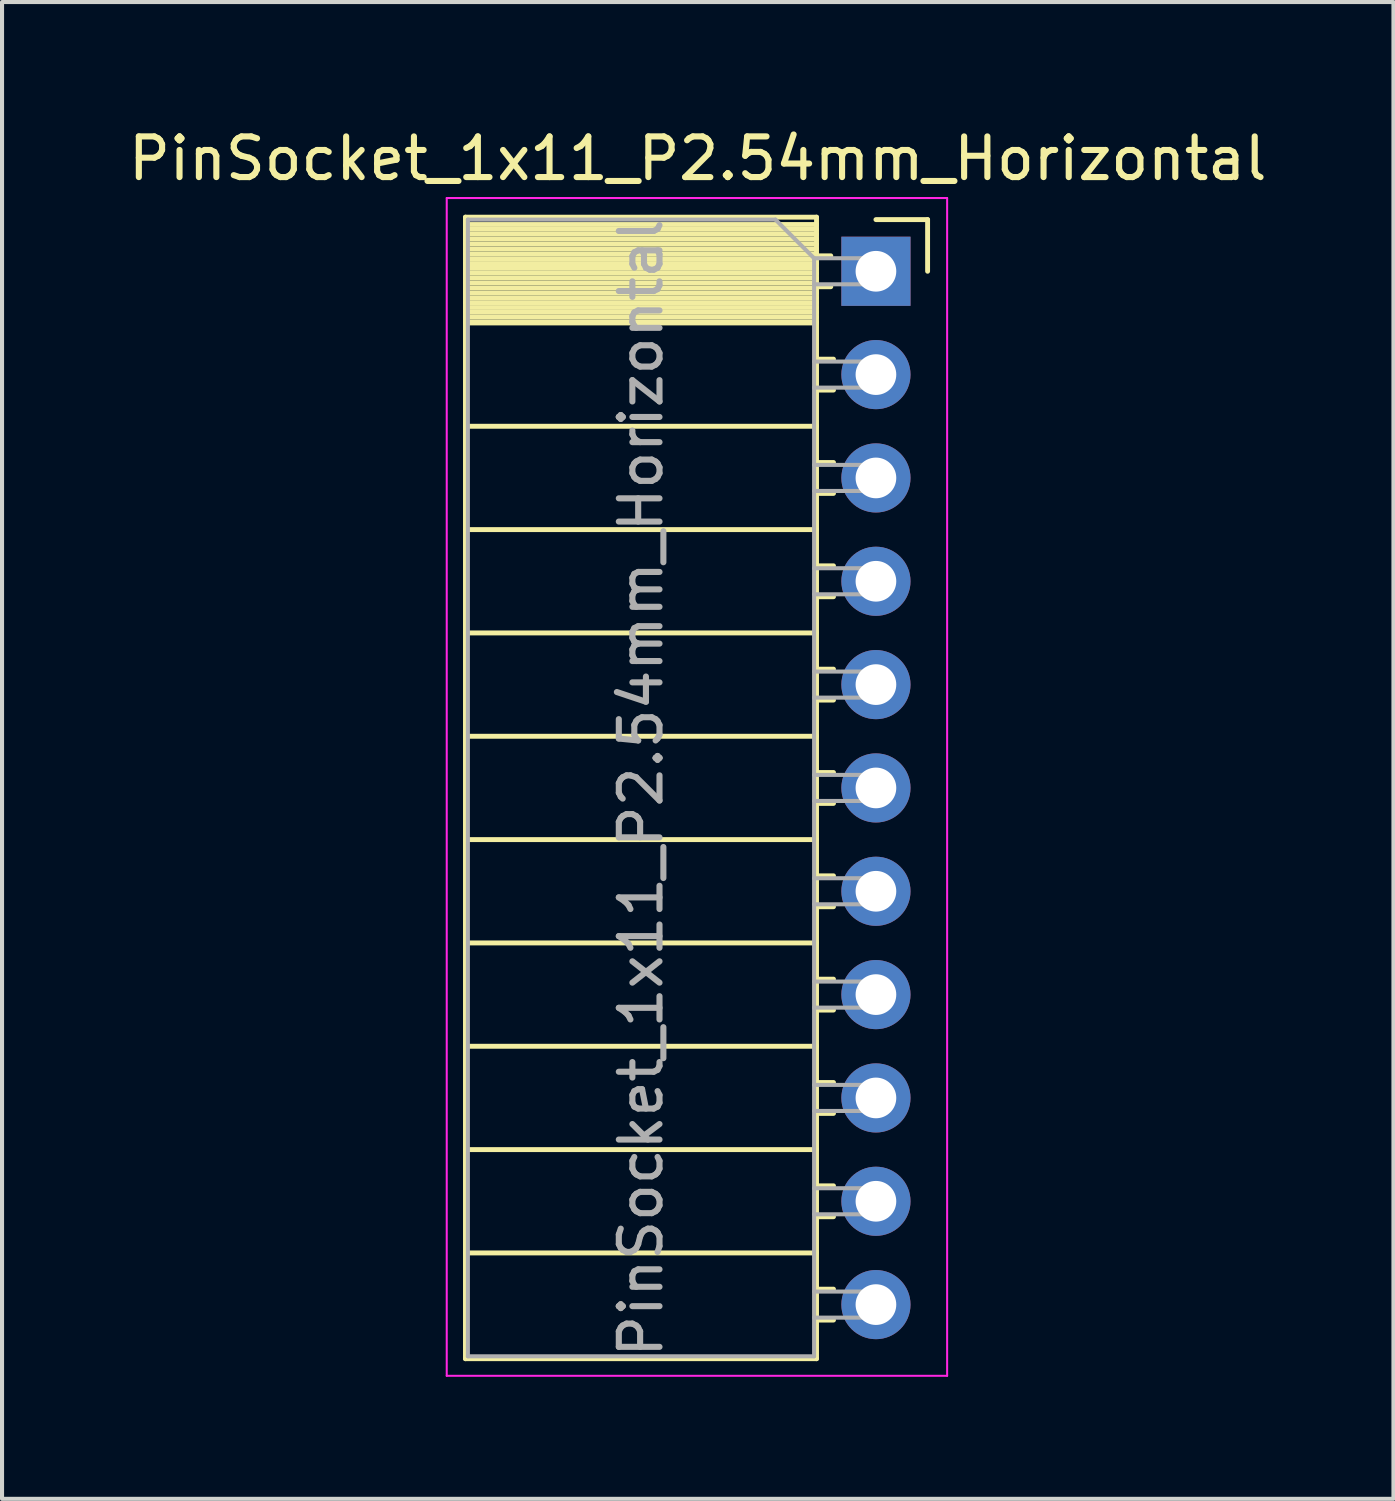
<source format=kicad_pcb>
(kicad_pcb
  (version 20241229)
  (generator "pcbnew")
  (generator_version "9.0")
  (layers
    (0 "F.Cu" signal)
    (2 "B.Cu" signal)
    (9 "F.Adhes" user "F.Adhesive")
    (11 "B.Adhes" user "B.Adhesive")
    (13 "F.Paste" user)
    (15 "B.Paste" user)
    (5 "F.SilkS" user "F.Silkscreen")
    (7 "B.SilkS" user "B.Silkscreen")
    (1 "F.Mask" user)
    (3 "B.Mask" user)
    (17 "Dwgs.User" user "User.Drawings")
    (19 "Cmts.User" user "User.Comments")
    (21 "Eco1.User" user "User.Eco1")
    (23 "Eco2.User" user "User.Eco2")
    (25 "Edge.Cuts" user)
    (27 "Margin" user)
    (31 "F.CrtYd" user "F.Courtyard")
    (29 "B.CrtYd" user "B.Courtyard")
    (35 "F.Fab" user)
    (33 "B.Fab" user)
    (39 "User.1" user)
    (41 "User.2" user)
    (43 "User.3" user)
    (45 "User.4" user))
  (footprint "PinSocket_1x11_P2.54mm_Horizontal"
    (layer "F.Cu")
    (at 18.481 3.618)
    (property "Reference" "PinSocket_1x11_P2.54mm_Horizontal" (at -4.38 -2.77 0) (layer "F.SilkS") (effects (font (size 1 1) (thickness 0.15))))
    (attr through_hole)
    (fp_line (start -10.09 -1.33) (end -10.09 26.73) (stroke (width 0.12) (type solid)) (layer "F.SilkS"))
    (fp_line (start -10.09 -1.33) (end -1.46 -1.33) (stroke (width 0.12) (type solid)) (layer "F.SilkS"))
    (fp_line (start -10.09 -1.15) (end -1.46 -1.15) (stroke (width 0.12) (type solid)) (layer "F.SilkS"))
    (fp_line (start -10.09 -1.03) (end -1.46 -1.03) (stroke (width 0.12) (type solid)) (layer "F.SilkS"))
    (fp_line (start -10.09 -0.91) (end -1.46 -0.91) (stroke (width 0.12) (type solid)) (layer "F.SilkS"))
    (fp_line (start -10.09 -0.79) (end -1.46 -0.79) (stroke (width 0.12) (type solid)) (layer "F.SilkS"))
    (fp_line (start -10.09 -0.67) (end -1.46 -0.67) (stroke (width 0.12) (type solid)) (layer "F.SilkS"))
    (fp_line (start -10.09 -0.55) (end -1.46 -0.55) (stroke (width 0.12) (type solid)) (layer "F.SilkS"))
    (fp_line (start -10.09 -0.43) (end -1.46 -0.43) (stroke (width 0.12) (type solid)) (layer "F.SilkS"))
    (fp_line (start -10.09 -0.31) (end -1.46 -0.31) (stroke (width 0.12) (type solid)) (layer "F.SilkS"))
    (fp_line (start -10.09 -0.19) (end -1.46 -0.19) (stroke (width 0.12) (type solid)) (layer "F.SilkS"))
    (fp_line (start -10.09 -0.07) (end -1.46 -0.07) (stroke (width 0.12) (type solid)) (layer "F.SilkS"))
    (fp_line (start -10.09 0.05) (end -1.46 0.05) (stroke (width 0.12) (type solid)) (layer "F.SilkS"))
    (fp_line (start -10.09 0.17) (end -1.46 0.17) (stroke (width 0.12) (type solid)) (layer "F.SilkS"))
    (fp_line (start -10.09 0.29) (end -1.46 0.29) (stroke (width 0.12) (type solid)) (layer "F.SilkS"))
    (fp_line (start -10.09 0.41) (end -1.46 0.41) (stroke (width 0.12) (type solid)) (layer "F.SilkS"))
    (fp_line (start -10.09 0.53) (end -1.46 0.53) (stroke (width 0.12) (type solid)) (layer "F.SilkS"))
    (fp_line (start -10.09 0.65) (end -1.46 0.65) (stroke (width 0.12) (type solid)) (layer "F.SilkS"))
    (fp_line (start -10.09 0.77) (end -1.46 0.77) (stroke (width 0.12) (type solid)) (layer "F.SilkS"))
    (fp_line (start -10.09 0.89) (end -1.46 0.89) (stroke (width 0.12) (type solid)) (layer "F.SilkS"))
    (fp_line (start -10.09 1.01) (end -1.46 1.01) (stroke (width 0.12) (type solid)) (layer "F.SilkS"))
    (fp_line (start -10.09 1.13) (end -1.46 1.13) (stroke (width 0.12) (type solid)) (layer "F.SilkS"))
    (fp_line (start -10.09 1.25) (end -1.46 1.25) (stroke (width 0.12) (type solid)) (layer "F.SilkS"))
    (fp_line (start -10.09 1.27) (end -1.46 1.27) (stroke (width 0.12) (type solid)) (layer "F.SilkS"))
    (fp_line (start -10.09 3.81) (end -1.46 3.81) (stroke (width 0.12) (type solid)) (layer "F.SilkS"))
    (fp_line (start -10.09 6.35) (end -1.46 6.35) (stroke (width 0.12) (type solid)) (layer "F.SilkS"))
    (fp_line (start -10.09 8.89) (end -1.46 8.89) (stroke (width 0.12) (type solid)) (layer "F.SilkS"))
    (fp_line (start -10.09 11.43) (end -1.46 11.43) (stroke (width 0.12) (type solid)) (layer "F.SilkS"))
    (fp_line (start -10.09 13.97) (end -1.46 13.97) (stroke (width 0.12) (type solid)) (layer "F.SilkS"))
    (fp_line (start -10.09 16.51) (end -1.46 16.51) (stroke (width 0.12) (type solid)) (layer "F.SilkS"))
    (fp_line (start -10.09 19.05) (end -1.46 19.05) (stroke (width 0.12) (type solid)) (layer "F.SilkS"))
    (fp_line (start -10.09 21.59) (end -1.46 21.59) (stroke (width 0.12) (type solid)) (layer "F.SilkS"))
    (fp_line (start -10.09 24.13) (end -1.46 24.13) (stroke (width 0.12) (type solid)) (layer "F.SilkS"))
    (fp_line (start -10.09 26.73) (end -1.46 26.73) (stroke (width 0.12) (type solid)) (layer "F.SilkS"))
    (fp_line (start -1.46 -1.33) (end -1.46 26.73) (stroke (width 0.12) (type solid)) (layer "F.SilkS"))
    (fp_line (start -1.46 -0.38) (end -1.11 -0.38) (stroke (width 0.12) (type solid)) (layer "F.SilkS"))
    (fp_line (start -1.46 0.38) (end -1.11 0.38) (stroke (width 0.12) (type solid)) (layer "F.SilkS"))
    (fp_line (start -1.46 2.16) (end -1.043 2.16) (stroke (width 0.12) (type solid)) (layer "F.SilkS"))
    (fp_line (start -1.46 2.92) (end -1.043 2.92) (stroke (width 0.12) (type solid)) (layer "F.SilkS"))
    (fp_line (start -1.46 4.7) (end -1.043 4.7) (stroke (width 0.12) (type solid)) (layer "F.SilkS"))
    (fp_line (start -1.46 5.46) (end -1.043 5.46) (stroke (width 0.12) (type solid)) (layer "F.SilkS"))
    (fp_line (start -1.46 7.24) (end -1.043 7.24) (stroke (width 0.12) (type solid)) (layer "F.SilkS"))
    (fp_line (start -1.46 8) (end -1.043 8) (stroke (width 0.12) (type solid)) (layer "F.SilkS"))
    (fp_line (start -1.46 9.78) (end -1.043 9.78) (stroke (width 0.12) (type solid)) (layer "F.SilkS"))
    (fp_line (start -1.46 10.54) (end -1.043 10.54) (stroke (width 0.12) (type solid)) (layer "F.SilkS"))
    (fp_line (start -1.46 12.32) (end -1.043 12.32) (stroke (width 0.12) (type solid)) (layer "F.SilkS"))
    (fp_line (start -1.46 13.08) (end -1.043 13.08) (stroke (width 0.12) (type solid)) (layer "F.SilkS"))
    (fp_line (start -1.46 14.86) (end -1.043 14.86) (stroke (width 0.12) (type solid)) (layer "F.SilkS"))
    (fp_line (start -1.46 15.62) (end -1.043 15.62) (stroke (width 0.12) (type solid)) (layer "F.SilkS"))
    (fp_line (start -1.46 17.4) (end -1.043 17.4) (stroke (width 0.12) (type solid)) (layer "F.SilkS"))
    (fp_line (start -1.46 18.16) (end -1.043 18.16) (stroke (width 0.12) (type solid)) (layer "F.SilkS"))
    (fp_line (start -1.46 19.94) (end -1.043 19.94) (stroke (width 0.12) (type solid)) (layer "F.SilkS"))
    (fp_line (start -1.46 20.7) (end -1.043 20.7) (stroke (width 0.12) (type solid)) (layer "F.SilkS"))
    (fp_line (start -1.46 22.48) (end -1.043 22.48) (stroke (width 0.12) (type solid)) (layer "F.SilkS"))
    (fp_line (start -1.46 23.24) (end -1.043 23.24) (stroke (width 0.12) (type solid)) (layer "F.SilkS"))
    (fp_line (start -1.46 25.02) (end -1.043 25.02) (stroke (width 0.12) (type solid)) (layer "F.SilkS"))
    (fp_line (start -1.46 25.78) (end -1.043 25.78) (stroke (width 0.12) (type solid)) (layer "F.SilkS"))
    (fp_line (start 0 -1.27) (end 1.27 -1.27) (stroke (width 0.12) (type solid)) (layer "F.SilkS"))
    (fp_line (start 1.27 -1.27) (end 1.27 0) (stroke (width 0.12) (type solid)) (layer "F.SilkS"))
    (fp_line (start -10.55 -1.8) (end -10.55 27.15) (stroke (width 0.05) (type solid)) (layer "F.CrtYd"))
    (fp_line (start -10.55 27.15) (end 1.75 27.15) (stroke (width 0.05) (type solid)) (layer "F.CrtYd"))
    (fp_line (start 1.75 -1.8) (end -10.55 -1.8) (stroke (width 0.05) (type solid)) (layer "F.CrtYd"))
    (fp_line (start 1.75 27.15) (end 1.75 -1.8) (stroke (width 0.05) (type solid)) (layer "F.CrtYd"))
    (fp_line (start -10.03 -1.27) (end -2.47 -1.27) (stroke (width 0.1) (type solid)) (layer "F.Fab"))
    (fp_line (start -10.03 26.67) (end -10.03 -1.27) (stroke (width 0.1) (type solid)) (layer "F.Fab"))
    (fp_line (start -2.47 -1.27) (end -1.52 -0.32) (stroke (width 0.1) (type solid)) (layer "F.Fab"))
    (fp_line (start -1.52 -0.32) (end -1.52 26.67) (stroke (width 0.1) (type solid)) (layer "F.Fab"))
    (fp_line (start -1.52 0.32) (end 0 0.32) (stroke (width 0.1) (type solid)) (layer "F.Fab"))
    (fp_line (start -1.52 2.86) (end 0 2.86) (stroke (width 0.1) (type solid)) (layer "F.Fab"))
    (fp_line (start -1.52 5.4) (end 0 5.4) (stroke (width 0.1) (type solid)) (layer "F.Fab"))
    (fp_line (start -1.52 7.94) (end 0 7.94) (stroke (width 0.1) (type solid)) (layer "F.Fab"))
    (fp_line (start -1.52 10.48) (end 0 10.48) (stroke (width 0.1) (type solid)) (layer "F.Fab"))
    (fp_line (start -1.52 13.02) (end 0 13.02) (stroke (width 0.1) (type solid)) (layer "F.Fab"))
    (fp_line (start -1.52 15.56) (end 0 15.56) (stroke (width 0.1) (type solid)) (layer "F.Fab"))
    (fp_line (start -1.52 18.1) (end 0 18.1) (stroke (width 0.1) (type solid)) (layer "F.Fab"))
    (fp_line (start -1.52 20.64) (end 0 20.64) (stroke (width 0.1) (type solid)) (layer "F.Fab"))
    (fp_line (start -1.52 23.18) (end 0 23.18) (stroke (width 0.1) (type solid)) (layer "F.Fab"))
    (fp_line (start -1.52 25.72) (end 0 25.72) (stroke (width 0.1) (type solid)) (layer "F.Fab"))
    (fp_line (start -1.52 26.67) (end -10.03 26.67) (stroke (width 0.1) (type solid)) (layer "F.Fab"))
    (fp_line (start 0 -0.32) (end -1.52 -0.32) (stroke (width 0.1) (type solid)) (layer "F.Fab"))
    (fp_line (start 0 0.32) (end 0 -0.32) (stroke (width 0.1) (type solid)) (layer "F.Fab"))
    (fp_line (start 0 2.22) (end -1.52 2.22) (stroke (width 0.1) (type solid)) (layer "F.Fab"))
    (fp_line (start 0 2.86) (end 0 2.22) (stroke (width 0.1) (type solid)) (layer "F.Fab"))
    (fp_line (start 0 4.76) (end -1.52 4.76) (stroke (width 0.1) (type solid)) (layer "F.Fab"))
    (fp_line (start 0 5.4) (end 0 4.76) (stroke (width 0.1) (type solid)) (layer "F.Fab"))
    (fp_line (start 0 7.3) (end -1.52 7.3) (stroke (width 0.1) (type solid)) (layer "F.Fab"))
    (fp_line (start 0 7.94) (end 0 7.3) (stroke (width 0.1) (type solid)) (layer "F.Fab"))
    (fp_line (start 0 9.84) (end -1.52 9.84) (stroke (width 0.1) (type solid)) (layer "F.Fab"))
    (fp_line (start 0 10.48) (end 0 9.84) (stroke (width 0.1) (type solid)) (layer "F.Fab"))
    (fp_line (start 0 12.38) (end -1.52 12.38) (stroke (width 0.1) (type solid)) (layer "F.Fab"))
    (fp_line (start 0 13.02) (end 0 12.38) (stroke (width 0.1) (type solid)) (layer "F.Fab"))
    (fp_line (start 0 14.92) (end -1.52 14.92) (stroke (width 0.1) (type solid)) (layer "F.Fab"))
    (fp_line (start 0 15.56) (end 0 14.92) (stroke (width 0.1) (type solid)) (layer "F.Fab"))
    (fp_line (start 0 17.46) (end -1.52 17.46) (stroke (width 0.1) (type solid)) (layer "F.Fab"))
    (fp_line (start 0 18.1) (end 0 17.46) (stroke (width 0.1) (type solid)) (layer "F.Fab"))
    (fp_line (start 0 20) (end -1.52 20) (stroke (width 0.1) (type solid)) (layer "F.Fab"))
    (fp_line (start 0 20.64) (end 0 20) (stroke (width 0.1) (type solid)) (layer "F.Fab"))
    (fp_line (start 0 22.54) (end -1.52 22.54) (stroke (width 0.1) (type solid)) (layer "F.Fab"))
    (fp_line (start 0 23.18) (end 0 22.54) (stroke (width 0.1) (type solid)) (layer "F.Fab"))
    (fp_line (start 0 25.08) (end -1.52 25.08) (stroke (width 0.1) (type solid)) (layer "F.Fab"))
    (fp_line (start 0 25.72) (end 0 25.08) (stroke (width 0.1) (type solid)) (layer "F.Fab"))
    (fp_text user "${REFERENCE}" (at -5.775 12.7 90) (layer "F.Fab") (effects (font (size 1 1) (thickness 0.15))))
    (pad "1" thru_hole rect (at 0 0) (size 1.7 1.7) (drill 1) (layers "*.Cu" "*.Mask"))
    (pad "2" thru_hole oval (at 0 2.54) (size 1.7 1.7) (drill 1) (layers "*.Cu" "*.Mask"))
    (pad "3" thru_hole oval (at 0 5.08) (size 1.7 1.7) (drill 1) (layers "*.Cu" "*.Mask"))
    (pad "4" thru_hole oval (at 0 7.62) (size 1.7 1.7) (drill 1) (layers "*.Cu" "*.Mask"))
    (pad "5" thru_hole oval (at 0 10.16) (size 1.7 1.7) (drill 1) (layers "*.Cu" "*.Mask"))
    (pad "6" thru_hole oval (at 0 12.7) (size 1.7 1.7) (drill 1) (layers "*.Cu" "*.Mask"))
    (pad "7" thru_hole oval (at 0 15.24) (size 1.7 1.7) (drill 1) (layers "*.Cu" "*.Mask"))
    (pad "8" thru_hole oval (at 0 17.78) (size 1.7 1.7) (drill 1) (layers "*.Cu" "*.Mask"))
    (pad "9" thru_hole oval (at 0 20.32) (size 1.7 1.7) (drill 1) (layers "*.Cu" "*.Mask"))
    (pad "10" thru_hole oval (at 0 22.86) (size 1.7 1.7) (drill 1) (layers "*.Cu" "*.Mask"))
    (pad "11" thru_hole oval (at 0 25.4) (size 1.7 1.7) (drill 1) (layers "*.Cu" "*.Mask")))
  (gr_rect
    (start -3 -3)
    (end 31.202 33.793)
    (stroke (width 0.1) (type default))
    (fill no)
    (layer "Edge.Cuts")))
</source>
